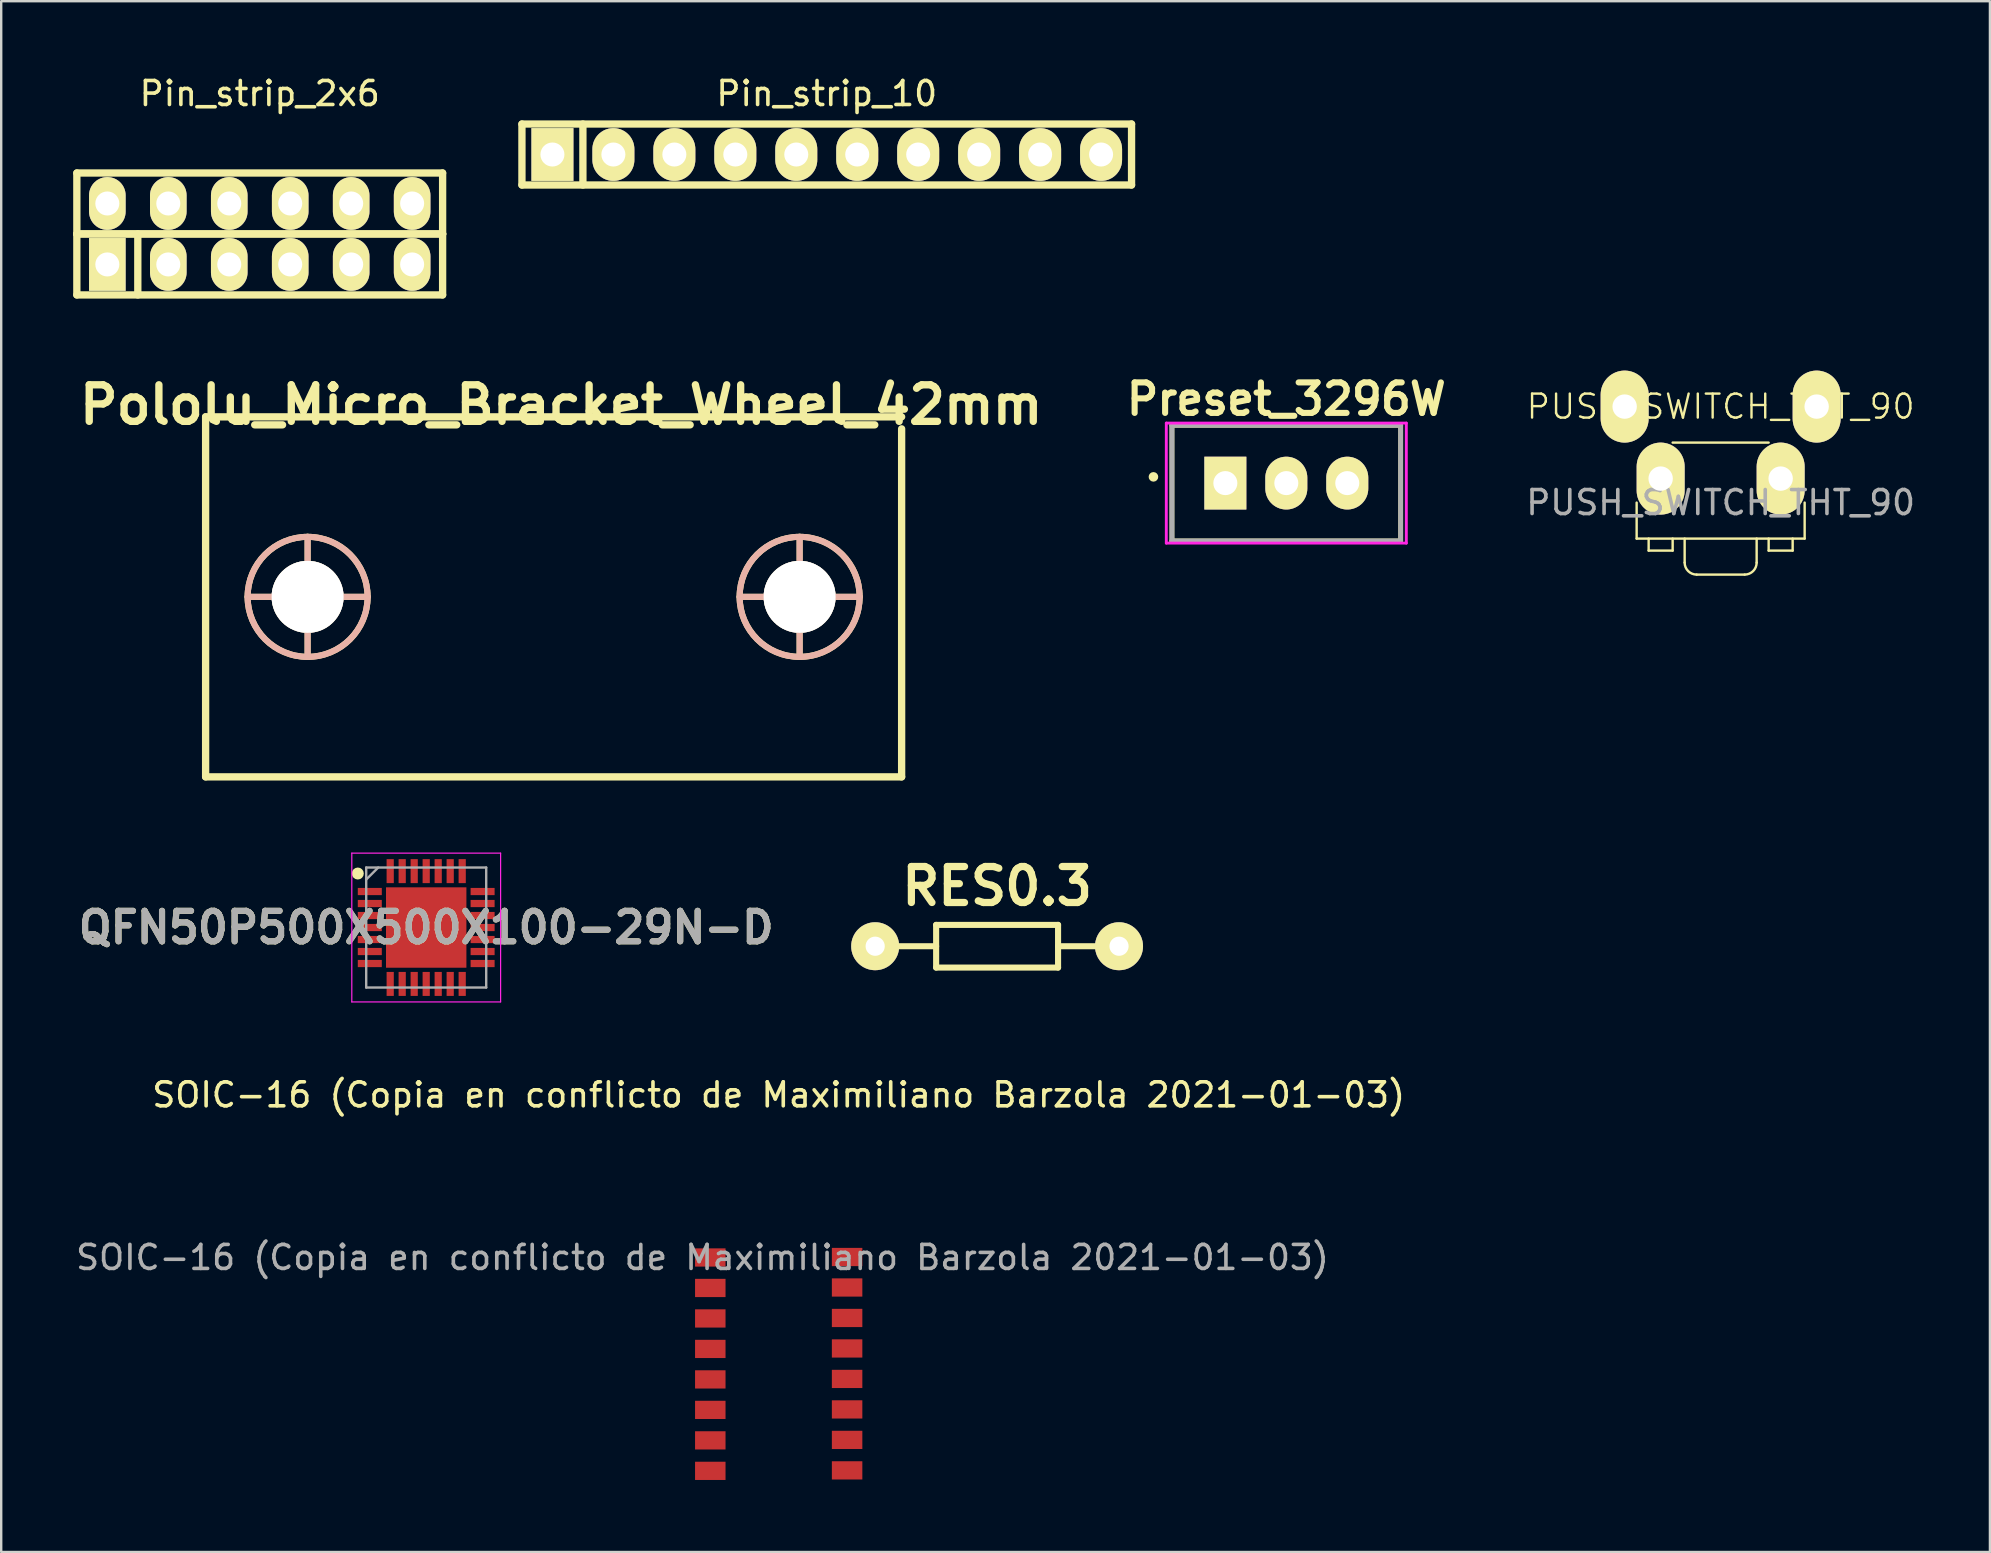
<source format=kicad_pcb>
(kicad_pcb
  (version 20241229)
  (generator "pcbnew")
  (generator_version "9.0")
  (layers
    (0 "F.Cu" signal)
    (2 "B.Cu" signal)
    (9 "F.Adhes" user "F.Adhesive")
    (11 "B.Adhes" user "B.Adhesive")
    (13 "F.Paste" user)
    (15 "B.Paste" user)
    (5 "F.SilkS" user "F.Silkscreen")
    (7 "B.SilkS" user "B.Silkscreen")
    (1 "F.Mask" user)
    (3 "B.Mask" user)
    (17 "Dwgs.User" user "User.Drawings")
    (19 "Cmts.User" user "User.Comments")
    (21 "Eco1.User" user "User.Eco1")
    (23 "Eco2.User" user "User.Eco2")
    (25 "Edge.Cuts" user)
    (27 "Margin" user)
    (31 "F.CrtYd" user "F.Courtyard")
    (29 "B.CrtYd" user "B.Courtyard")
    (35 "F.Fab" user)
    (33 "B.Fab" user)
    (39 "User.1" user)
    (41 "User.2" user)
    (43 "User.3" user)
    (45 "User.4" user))
  (footprint "Pololu_Micro_Bracket_Wheel_42mm"
    (layer "F.Cu")
    (at 20.017 21.818)
    (property "Reference" "Pololu_Micro_Bracket_Wheel_42mm" (at 0.318 -8.001 0) (layer "F.SilkS") (effects (font (size 1.524 1.524) (thickness 0.305))))
    (attr through_hole)
    (fp_line (start -14.5 -7.5) (end -14.5 7.5) (stroke (width 0.305) (type solid)) (layer "F.SilkS"))
    (fp_line (start -14.5 7.5) (end 14.5 7.5) (stroke (width 0.305) (type solid)) (layer "F.SilkS"))
    (fp_line (start -12.75 0) (end -7.75 0) (stroke (width 0.254) (type solid)) (layer "F.SilkS"))
    (fp_line (start -10.25 -2.5) (end -10.25 2.5) (stroke (width 0.254) (type solid)) (layer "F.SilkS"))
    (fp_line (start 7.75 0) (end 12.75 0) (stroke (width 0.254) (type solid)) (layer "F.SilkS"))
    (fp_line (start 10.25 -2.5) (end 10.25 2.5) (stroke (width 0.254) (type solid)) (layer "F.SilkS"))
    (fp_line (start 14.5 -7.5) (end -14.5 -7.5) (stroke (width 0.305) (type solid)) (layer "F.SilkS"))
    (fp_line (start 14.5 7.5) (end 14.5 -7) (stroke (width 0.305) (type solid)) (layer "F.SilkS"))
    (fp_circle (center -10.25 0) (end -7.75 0) (stroke (width 0.254) (type solid)) (fill no) (layer "F.SilkS"))
    (fp_circle (center 10.25 0) (end 12.75 0) (stroke (width 0.254) (type solid)) (fill no) (layer "F.SilkS"))
    (fp_line (start -12.75 0) (end -7.75 0) (stroke (width 0.254) (type solid)) (layer "B.SilkS"))
    (fp_line (start -10.25 -2.5) (end -10.25 2.5) (stroke (width 0.254) (type solid)) (layer "B.SilkS"))
    (fp_line (start 7.75 0) (end 12.75 0) (stroke (width 0.254) (type solid)) (layer "B.SilkS"))
    (fp_line (start 10.25 -2.5) (end 10.25 2.5) (stroke (width 0.254) (type solid)) (layer "B.SilkS"))
    (fp_circle (center -10.25 0) (end -7.75 0) (stroke (width 0.254) (type solid)) (fill no) (layer "B.SilkS"))
    (fp_circle (center 10.25 0) (end 12.75 0) (stroke (width 0.254) (type solid)) (fill no) (layer "B.SilkS"))
    (pad "" thru_hole circle (at 10.25 0) (size 3 3) (drill 3) (layers "*.Cu" "F.SilkS"))
    (pad "1" thru_hole circle (at -10.25 0) (size 3 3) (drill 3) (layers "*.Cu" "F.SilkS")))
  (footprint "Pin_strip_10"
    (layer "F.Cu")
    (at 31.397 3.388)
    (property "Reference" "Pin_strip_10" (at 0 -2.54 0) (layer "F.SilkS") (effects (font (size 1 1) (thickness 0.15))))
    (attr through_hole)
    (fp_line (start -12.7 -1.27) (end 12.7 -1.27) (stroke (width 0.305) (type solid)) (layer "F.SilkS"))
    (fp_line (start -12.7 1.27) (end -12.7 -1.27) (stroke (width 0.305) (type solid)) (layer "F.SilkS"))
    (fp_line (start -10.16 -1.27) (end -10.16 1.27) (stroke (width 0.305) (type solid)) (layer "F.SilkS"))
    (fp_line (start 12.7 -1.27) (end 12.7 1.27) (stroke (width 0.305) (type solid)) (layer "F.SilkS"))
    (fp_line (start 12.7 1.27) (end -12.7 1.27) (stroke (width 0.305) (type solid)) (layer "F.SilkS"))
    (pad "1" thru_hole rect (at -11.43 0) (size 1.75 2.2) (drill 1.001) (layers "*.Cu" "*.Mask" "F.SilkS"))
    (pad "2" thru_hole oval (at -8.89 0) (size 1.75 2.2) (drill 1.001) (layers "*.Cu" "*.Mask" "F.SilkS"))
    (pad "3" thru_hole oval (at -6.35 0) (size 1.75 2.2) (drill 1.001) (layers "*.Cu" "*.Mask" "F.SilkS"))
    (pad "4" thru_hole oval (at -3.81 0) (size 1.75 2.2) (drill 1.001) (layers "*.Cu" "*.Mask" "F.SilkS"))
    (pad "5" thru_hole oval (at -1.27 0) (size 1.75 2.2) (drill 1.001) (layers "*.Cu" "*.Mask" "F.SilkS"))
    (pad "6" thru_hole oval (at 1.27 0) (size 1.75 2.2) (drill 1.001) (layers "*.Cu" "*.Mask" "F.SilkS"))
    (pad "7" thru_hole oval (at 3.81 0) (size 1.75 2.2) (drill 1.001) (layers "*.Cu" "*.Mask" "F.SilkS"))
    (pad "8" thru_hole oval (at 6.35 0) (size 1.75 2.2) (drill 1.001) (layers "*.Cu" "*.Mask" "F.SilkS"))
    (pad "9" thru_hole oval (at 8.89 0) (size 1.75 2.2) (drill 1.001) (layers "*.Cu" "*.Mask" "F.SilkS"))
    (pad "10" thru_hole oval (at 11.43 0) (size 1.75 2.2) (drill 1.001) (layers "*.Cu" "*.Mask" "F.SilkS")))
  (footprint "RES0.3"
    (layer "F.Cu")
    (at 38.495 36.375)
    (property "Reference" "RES0.3" (at 0 -2.5 0) (layer "F.SilkS") (effects (font (size 1.5 1.5) (thickness 0.3))))
    (attr through_hole)
    (fp_line (start -2.54 -0.889) (end -2.54 0.889) (stroke (width 0.254) (type solid)) (layer "F.SilkS"))
    (fp_line (start -2.54 0) (end -4.191 0) (stroke (width 0.254) (type solid)) (layer "F.SilkS"))
    (fp_line (start -2.54 0.889) (end 2.54 0.889) (stroke (width 0.254) (type solid)) (layer "F.SilkS"))
    (fp_line (start 2.54 -0.889) (end -2.54 -0.889) (stroke (width 0.254) (type solid)) (layer "F.SilkS"))
    (fp_line (start 2.54 0) (end 4.191 0) (stroke (width 0.254) (type solid)) (layer "F.SilkS"))
    (fp_line (start 2.54 0.889) (end 2.54 -0.889) (stroke (width 0.254) (type solid)) (layer "F.SilkS"))
    (pad "1" thru_hole circle (at -5.08 0) (size 1.999 1.999) (drill 0.8) (layers "*.Cu" "*.Mask" "F.SilkS"))
    (pad "2" thru_hole circle (at 5.08 0) (size 1.999 1.999) (drill 0.8) (layers "*.Cu" "*.Mask" "F.SilkS")))
  (footprint "SOIC-16 (Copia en conflicto de Maximiliano Barzola 2021-01-03)"
    (layer "F.Cu")
    (at 29.395 53.789)
    (property "Reference" "SOIC-16 (Copia en conflicto de Maximiliano Barzola 2021-01-03)" (at 0 -11.22 0) (layer "F.SilkS") (effects (font (size 1 1) (thickness 0.15))))
    (attr smd)
    (fp_text user "${REFERENCE}" (at -3.175 -4.445 0) (layer "F.Fab") (effects (font (size 1 1) (thickness 0.15))))
    (pad "1" smd rect (at -2.85 -4.445) (size 1.27 0.76) (layers "F.Cu" "F.Mask" "F.Paste"))
    (pad "1" smd rect (at -2.85 -3.175) (size 1.27 0.76) (layers "F.Cu" "F.Mask" "F.Paste"))
    (pad "1" smd rect (at -2.85 -1.905) (size 1.27 0.76) (layers "F.Cu" "F.Mask" "F.Paste"))
    (pad "1" smd rect (at -2.85 -0.635) (size 1.27 0.76) (layers "F.Cu" "F.Mask" "F.Paste"))
    (pad "1" smd rect (at -2.85 0.635) (size 1.27 0.76) (layers "F.Cu" "F.Mask" "F.Paste"))
    (pad "1" smd rect (at -2.85 1.905) (size 1.27 0.76) (layers "F.Cu" "F.Mask" "F.Paste"))
    (pad "1" smd rect (at -2.85 3.175) (size 1.27 0.76) (layers "F.Cu" "F.Mask" "F.Paste"))
    (pad "1" smd rect (at -2.85 4.445) (size 1.27 0.76) (layers "F.Cu" "F.Mask" "F.Paste"))
    (pad "1" smd rect (at 2.85 -4.465) (size 1.27 0.76) (layers "F.Cu" "F.Mask" "F.Paste"))
    (pad "1" smd rect (at 2.85 -3.195) (size 1.27 0.76) (layers "F.Cu" "F.Mask" "F.Paste"))
    (pad "1" smd rect (at 2.85 -1.925) (size 1.27 0.76) (layers "F.Cu" "F.Mask" "F.Paste"))
    (pad "1" smd rect (at 2.85 -0.655) (size 1.27 0.76) (layers "F.Cu" "F.Mask" "F.Paste"))
    (pad "1" smd rect (at 2.85 0.615) (size 1.27 0.76) (layers "F.Cu" "F.Mask" "F.Paste"))
    (pad "1" smd rect (at 2.85 1.885) (size 1.27 0.76) (layers "F.Cu" "F.Mask" "F.Paste"))
    (pad "1" smd rect (at 2.85 3.155) (size 1.27 0.76) (layers "F.Cu" "F.Mask" "F.Paste"))
    (pad "1" smd rect (at 2.85 4.425) (size 1.27 0.76) (layers "F.Cu" "F.Mask" "F.Paste")))
  (footprint "Preset_3296W"
    (layer "F.Cu")
    (at 50.545 17.079)
    (property "Reference" "Preset_3296W" (at 0 -3.5 0) (layer "F.SilkS") (effects (font (size 1.27 1.27) (thickness 0.254))))
    (attr through_hole)
    (fp_line (start -4.765 -2.41) (end 4.765 -2.41) (stroke (width 0.2) (type solid)) (layer "F.SilkS"))
    (fp_line (start -4.765 2.41) (end -4.765 -2.41) (stroke (width 0.2) (type solid)) (layer "F.SilkS"))
    (fp_line (start 4.765 -2.41) (end 4.765 2.41) (stroke (width 0.2) (type solid)) (layer "F.SilkS"))
    (fp_line (start 4.765 2.41) (end -4.765 2.41) (stroke (width 0.2) (type solid)) (layer "F.SilkS"))
    (fp_circle (center -5.536 -0.26) (end -5.536 -0.16) (stroke (width 0.2) (type solid)) (fill no) (layer "F.SilkS"))
    (fp_line (start -5 -2.5) (end 5 -2.5) (stroke (width 0.12) (type solid)) (layer "F.CrtYd"))
    (fp_line (start -5 2.5) (end -5 -2.5) (stroke (width 0.12) (type solid)) (layer "F.CrtYd"))
    (fp_line (start 5 -2.5) (end 5 2.5) (stroke (width 0.12) (type solid)) (layer "F.CrtYd"))
    (fp_line (start 5 2.5) (end -5 2.5) (stroke (width 0.12) (type solid)) (layer "F.CrtYd"))
    (fp_line (start -4.765 -2.41) (end 4.765 -2.41) (stroke (width 0.2) (type solid)) (layer "F.Fab"))
    (fp_line (start -4.765 2.41) (end -4.765 -2.41) (stroke (width 0.2) (type solid)) (layer "F.Fab"))
    (fp_line (start 4.765 -2.41) (end 4.765 2.41) (stroke (width 0.2) (type solid)) (layer "F.Fab"))
    (fp_line (start 4.765 2.41) (end -4.765 2.41) (stroke (width 0.2) (type solid)) (layer "F.Fab"))
    (pad "1" thru_hole rect (at -2.54 0) (size 1.75 2.2) (drill 1.001) (layers "*.Cu" "*.Mask" "F.SilkS"))
    (pad "2" thru_hole oval (at 0 0) (size 1.75 2.2) (drill 1.001) (layers "*.Cu" "*.Mask" "F.SilkS"))
    (pad "3" thru_hole oval (at 2.54 0) (size 1.75 2.2) (drill 1.001) (layers "*.Cu" "*.Mask" "F.SilkS")))
  (footprint "PUSH_SWITCH_THT_90"
    (layer "F.Cu")
    (at 68.642 15.391)
    (property "Reference" "PUSH_SWITCH_THT_90" (at 0 -1.5 0) (unlocked yes) (layer "F.SilkS") (effects (font (size 1 1) (thickness 0.1))))
    (attr through_hole)
    (fp_line (start -3.5 2.5) (end -3.5 4) (stroke (width 0.1) (type default)) (layer "F.SilkS"))
    (fp_line (start -3.5 4) (end 3.5 4) (stroke (width 0.1) (type default)) (layer "F.SilkS"))
    (fp_line (start -3 4) (end -3 4.5) (stroke (width 0.1) (type default)) (layer "F.SilkS"))
    (fp_line (start -3 4.5) (end -2 4.5) (stroke (width 0.1) (type default)) (layer "F.SilkS"))
    (fp_line (start -2 0) (end 2 0) (stroke (width 0.1) (type default)) (layer "F.SilkS"))
    (fp_line (start -2 4.5) (end -2 4) (stroke (width 0.1) (type default)) (layer "F.SilkS"))
    (fp_line (start -1.5 4) (end -1.5 5) (stroke (width 0.1) (type default)) (layer "F.SilkS"))
    (fp_line (start -1 5.5) (end 1 5.5) (stroke (width 0.1) (type default)) (layer "F.SilkS"))
    (fp_line (start 1.5 4) (end 1.5 5) (stroke (width 0.1) (type default)) (layer "F.SilkS"))
    (fp_line (start 2 4) (end 2 4.5) (stroke (width 0.1) (type default)) (layer "F.SilkS"))
    (fp_line (start 2 4.5) (end 3 4.5) (stroke (width 0.1) (type default)) (layer "F.SilkS"))
    (fp_line (start 3 4.5) (end 3 4) (stroke (width 0.1) (type default)) (layer "F.SilkS"))
    (fp_line (start 3.5 4) (end 3.5 2.5) (stroke (width 0.1) (type default)) (layer "F.SilkS"))
    (fp_arc (start -1 5.5) (mid -1.353553 5.353553) (end -1.5 5) (stroke (width 0.1) (type default)) (layer "F.SilkS"))
    (fp_arc (start 1.5 5) (mid 1.353553 5.353553) (end 1 5.5) (stroke (width 0.1) (type default)) (layer "F.SilkS"))
    (fp_text user "${REFERENCE}" (at 0 2.5 0) (unlocked yes) (layer "F.Fab") (effects (font (size 1 1) (thickness 0.15))))
    (pad "3" thru_hole oval (at -4 -1.5) (size 2 3) (drill 1.016) (layers "*.Cu" "*.Mask" "F.SilkS"))
    (pad "3" thru_hole oval (at -2.5 1.5 180) (size 2 3) (drill 1.016) (layers "*.Cu" "*.Mask" "F.SilkS"))
    (pad "3" thru_hole oval (at 2.5 1.5 180) (size 2 3) (drill 1.016) (layers "*.Cu" "*.Mask" "F.SilkS"))
    (pad "3" thru_hole oval (at 4 -1.5) (size 2 3) (drill 1.016) (layers "*.Cu" "*.Mask" "F.SilkS")))
  (footprint "Pin_strip_2x6"
    (layer "F.Cu")
    (at 7.772 6.698)
    (property "Reference" "Pin_strip_2x6" (at 0 -5.85 0) (layer "F.SilkS") (effects (font (size 1 1) (thickness 0.15))))
    (attr through_hole)
    (fp_line (start -7.62 -2.54) (end 7.62 -2.54) (stroke (width 0.305) (type solid)) (layer "F.SilkS"))
    (fp_line (start -7.62 0) (end -7.62 -2.54) (stroke (width 0.305) (type solid)) (layer "F.SilkS"))
    (fp_line (start -7.62 0) (end 7.62 0) (stroke (width 0.305) (type solid)) (layer "F.SilkS"))
    (fp_line (start -7.62 2.54) (end -7.62 0) (stroke (width 0.305) (type solid)) (layer "F.SilkS"))
    (fp_line (start -5.08 0) (end -5.08 2.54) (stroke (width 0.305) (type solid)) (layer "F.SilkS"))
    (fp_line (start 7.62 -2.54) (end 7.62 0) (stroke (width 0.305) (type solid)) (layer "F.SilkS"))
    (fp_line (start 7.62 0) (end -7.62 0) (stroke (width 0.305) (type solid)) (layer "F.SilkS"))
    (fp_line (start 7.62 0) (end 7.62 2.54) (stroke (width 0.305) (type solid)) (layer "F.SilkS"))
    (fp_line (start 7.62 2.54) (end -7.62 2.54) (stroke (width 0.305) (type solid)) (layer "F.SilkS"))
    (pad "1" thru_hole rect (at -6.35 1.27) (size 1.524 2.2) (drill 1.001) (layers "*.Cu" "*.Mask" "F.SilkS"))
    (pad "2" thru_hole oval (at -6.35 -1.27) (size 1.524 2.2) (drill 1.001) (layers "*.Cu" "*.Mask" "F.SilkS"))
    (pad "3" thru_hole oval (at -3.81 1.27) (size 1.524 2.2) (drill 1.001) (layers "*.Cu" "*.Mask" "F.SilkS"))
    (pad "4" thru_hole oval (at -3.81 -1.27) (size 1.524 2.2) (drill 1.001) (layers "*.Cu" "*.Mask" "F.SilkS"))
    (pad "5" thru_hole oval (at -1.27 1.27) (size 1.524 2.2) (drill 1.001) (layers "*.Cu" "*.Mask" "F.SilkS"))
    (pad "6" thru_hole oval (at -1.27 -1.27) (size 1.524 2.2) (drill 1.001) (layers "*.Cu" "*.Mask" "F.SilkS"))
    (pad "7" thru_hole oval (at 1.27 1.27) (size 1.524 2.2) (drill 1.001) (layers "*.Cu" "*.Mask" "F.SilkS"))
    (pad "8" thru_hole oval (at 1.27 -1.27) (size 1.524 2.2) (drill 1.001) (layers "*.Cu" "*.Mask" "F.SilkS"))
    (pad "9" thru_hole oval (at 3.81 1.27) (size 1.524 2.2) (drill 1.001) (layers "*.Cu" "*.Mask" "F.SilkS"))
    (pad "10" thru_hole oval (at 3.81 -1.27) (size 1.524 2.2) (drill 1.001) (layers "*.Cu" "*.Mask" "F.SilkS"))
    (pad "11" thru_hole oval (at 6.35 1.27) (size 1.524 2.2) (drill 1.001) (layers "*.Cu" "*.Mask" "F.SilkS"))
    (pad "12" thru_hole oval (at 6.35 -1.27) (size 1.524 2.2) (drill 1.001) (layers "*.Cu" "*.Mask" "F.SilkS")))
  (footprint "QFN50P500X500X100-29N-D"
    (layer "F.Cu")
    (at 14.708 35.596)
    (property "Reference" "QFN50P500X500X100-29N-D" (at 0 0 0) (layer "F.SilkS") (effects (font (size 1.27 1.27) (thickness 0.254))))
    (attr smd)
    (fp_circle (center -2.85 -2.25) (end -2.85 -2.125) (stroke (width 0.25) (type solid)) (fill no) (layer "F.SilkS"))
    (fp_line (start -3.1 -3.1) (end 3.1 -3.1) (stroke (width 0.05) (type solid)) (layer "F.CrtYd"))
    (fp_line (start -3.1 3.1) (end -3.1 -3.1) (stroke (width 0.05) (type solid)) (layer "F.CrtYd"))
    (fp_line (start 3.1 -3.1) (end 3.1 3.1) (stroke (width 0.05) (type solid)) (layer "F.CrtYd"))
    (fp_line (start 3.1 3.1) (end -3.1 3.1) (stroke (width 0.05) (type solid)) (layer "F.CrtYd"))
    (fp_line (start -2.5 -2.5) (end 2.5 -2.5) (stroke (width 0.1) (type solid)) (layer "F.Fab"))
    (fp_line (start -2.5 -2) (end -2 -2.5) (stroke (width 0.1) (type solid)) (layer "F.Fab"))
    (fp_line (start -2.5 2.5) (end -2.5 -2.5) (stroke (width 0.1) (type solid)) (layer "F.Fab"))
    (fp_line (start 2.5 -2.5) (end 2.5 2.5) (stroke (width 0.1) (type solid)) (layer "F.Fab"))
    (fp_line (start 2.5 2.5) (end -2.5 2.5) (stroke (width 0.1) (type solid)) (layer "F.Fab"))
    (fp_text user "${REFERENCE}" (at 0 0 0) (layer "F.Fab") (effects (font (size 1.27 1.27) (thickness 0.254))))
    (pad "1" smd rect (at -2.35 -1.5 90) (size 0.3 1) (layers "F.Cu" "F.Mask" "F.Paste"))
    (pad "2" smd rect (at -2.35 -1 90) (size 0.3 1) (layers "F.Cu" "F.Mask" "F.Paste"))
    (pad "3" smd rect (at -2.35 -0.5 90) (size 0.3 1) (layers "F.Cu" "F.Mask" "F.Paste"))
    (pad "4" smd rect (at -2.35 0 90) (size 0.3 1) (layers "F.Cu" "F.Mask" "F.Paste"))
    (pad "5" smd rect (at -2.35 0.5 90) (size 0.3 1) (layers "F.Cu" "F.Mask" "F.Paste"))
    (pad "6" smd rect (at -2.35 1 90) (size 0.3 1) (layers "F.Cu" "F.Mask" "F.Paste"))
    (pad "7" smd rect (at -2.35 1.5 90) (size 0.3 1) (layers "F.Cu" "F.Mask" "F.Paste"))
    (pad "8" smd rect (at -1.5 2.35) (size 0.3 1) (layers "F.Cu" "F.Mask" "F.Paste"))
    (pad "9" smd rect (at -1 2.35) (size 0.3 1) (layers "F.Cu" "F.Mask" "F.Paste"))
    (pad "10" smd rect (at -0.5 2.35) (size 0.3 1) (layers "F.Cu" "F.Mask" "F.Paste"))
    (pad "11" smd rect (at 0 2.35) (size 0.3 1) (layers "F.Cu" "F.Mask" "F.Paste"))
    (pad "12" smd rect (at 0.5 2.35) (size 0.3 1) (layers "F.Cu" "F.Mask" "F.Paste"))
    (pad "13" smd rect (at 1 2.35) (size 0.3 1) (layers "F.Cu" "F.Mask" "F.Paste"))
    (pad "14" smd rect (at 1.5 2.35) (size 0.3 1) (layers "F.Cu" "F.Mask" "F.Paste"))
    (pad "15" smd rect (at 2.35 1.5 90) (size 0.3 1) (layers "F.Cu" "F.Mask" "F.Paste"))
    (pad "16" smd rect (at 2.35 1 90) (size 0.3 1) (layers "F.Cu" "F.Mask" "F.Paste"))
    (pad "17" smd rect (at 2.35 0.5 90) (size 0.3 1) (layers "F.Cu" "F.Mask" "F.Paste"))
    (pad "18" smd rect (at 2.35 0 90) (size 0.3 1) (layers "F.Cu" "F.Mask" "F.Paste"))
    (pad "19" smd rect (at 2.35 -0.5 90) (size 0.3 1) (layers "F.Cu" "F.Mask" "F.Paste"))
    (pad "20" smd rect (at 2.35 -1 90) (size 0.3 1) (layers "F.Cu" "F.Mask" "F.Paste"))
    (pad "21" smd rect (at 2.35 -1.5 90) (size 0.3 1) (layers "F.Cu" "F.Mask" "F.Paste"))
    (pad "22" smd rect (at 1.5 -2.35) (size 0.3 1) (layers "F.Cu" "F.Mask" "F.Paste"))
    (pad "23" smd rect (at 1 -2.35) (size 0.3 1) (layers "F.Cu" "F.Mask" "F.Paste"))
    (pad "24" smd rect (at 0.5 -2.35) (size 0.3 1) (layers "F.Cu" "F.Mask" "F.Paste"))
    (pad "25" smd rect (at 0 -2.35) (size 0.3 1) (layers "F.Cu" "F.Mask" "F.Paste"))
    (pad "26" smd rect (at -0.5 -2.35) (size 0.3 1) (layers "F.Cu" "F.Mask" "F.Paste"))
    (pad "27" smd rect (at -1 -2.35) (size 0.3 1) (layers "F.Cu" "F.Mask" "F.Paste"))
    (pad "28" smd rect (at -1.5 -2.35) (size 0.3 1) (layers "F.Cu" "F.Mask" "F.Paste"))
    (pad "29" smd rect (at 0 0) (size 3.35 3.35) (layers "F.Cu" "F.Mask" "F.Paste")))
  (gr_rect
    (start -3 -3)
    (end 79.862 61.614)
    (stroke (width 0.1) (type default))
    (fill no)
    (layer "Edge.Cuts")))
</source>
